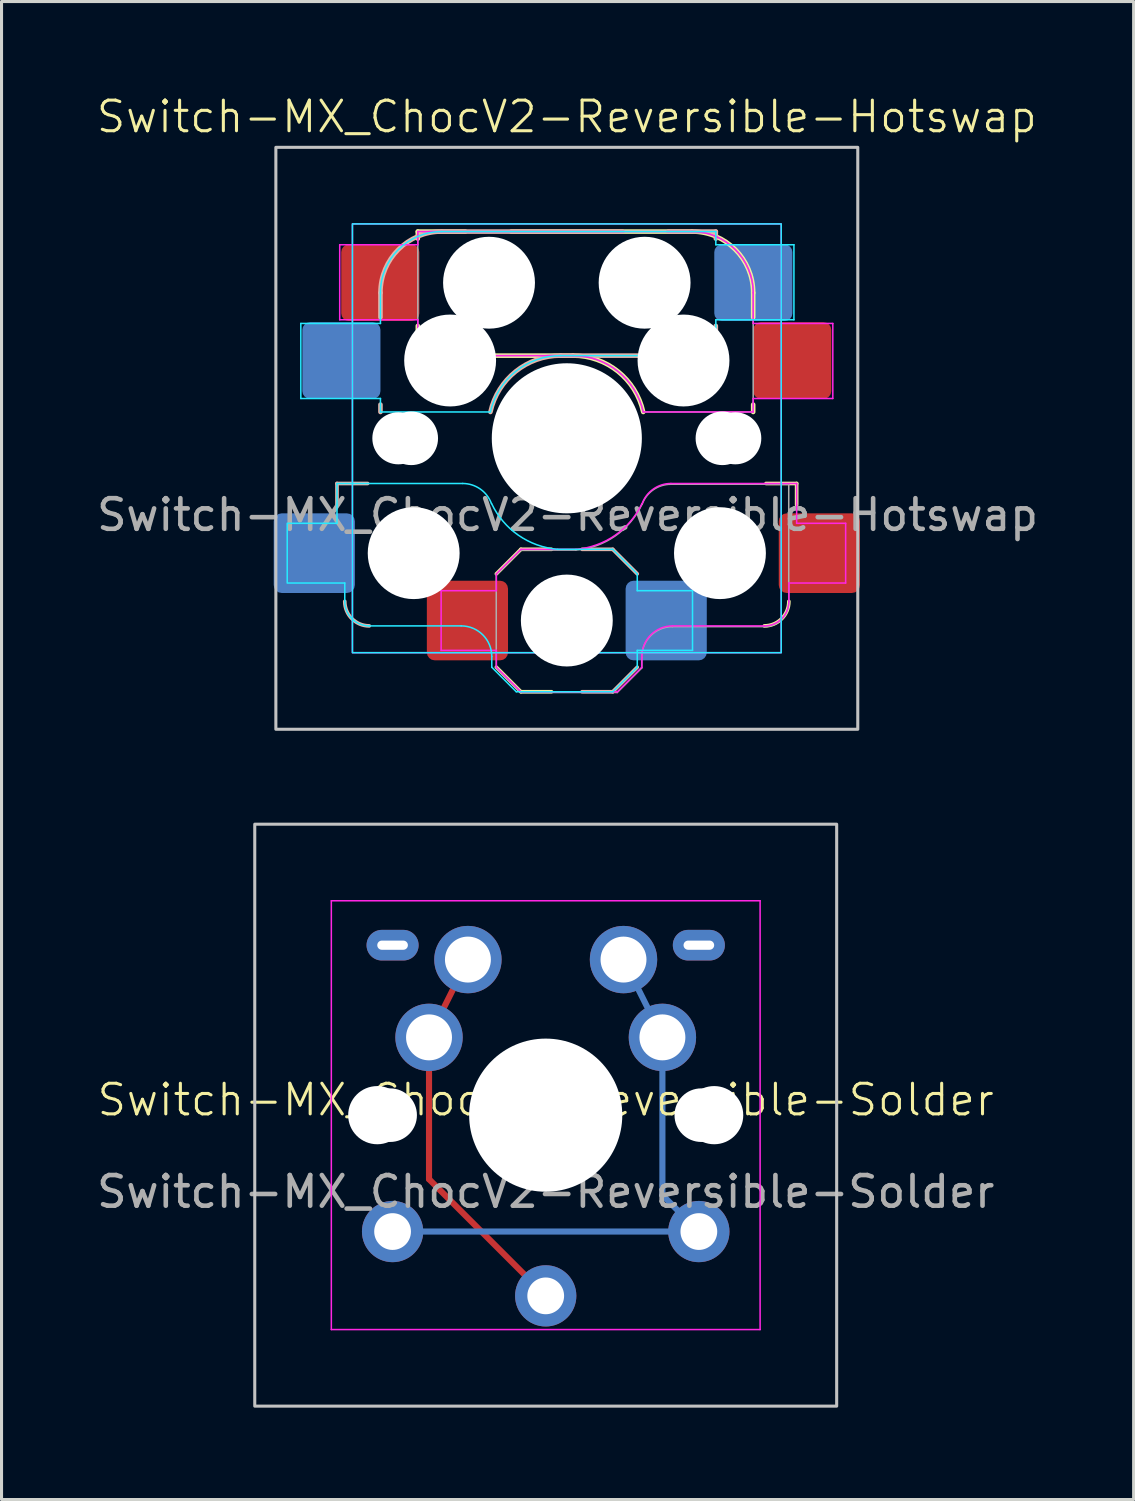
<source format=kicad_pcb>
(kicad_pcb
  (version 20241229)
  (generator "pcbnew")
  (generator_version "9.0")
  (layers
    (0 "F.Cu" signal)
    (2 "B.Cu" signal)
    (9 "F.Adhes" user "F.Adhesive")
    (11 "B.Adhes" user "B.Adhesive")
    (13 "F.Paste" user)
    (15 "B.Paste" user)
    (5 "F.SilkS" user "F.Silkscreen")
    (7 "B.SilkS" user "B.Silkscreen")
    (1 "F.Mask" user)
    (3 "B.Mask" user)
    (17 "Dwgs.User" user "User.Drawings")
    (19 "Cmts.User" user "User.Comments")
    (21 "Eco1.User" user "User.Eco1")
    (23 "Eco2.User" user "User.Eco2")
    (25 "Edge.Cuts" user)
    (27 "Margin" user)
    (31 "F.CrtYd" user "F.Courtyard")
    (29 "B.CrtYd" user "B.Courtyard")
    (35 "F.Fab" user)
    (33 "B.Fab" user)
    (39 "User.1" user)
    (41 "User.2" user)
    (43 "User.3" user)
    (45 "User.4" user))
  (footprint "Switch-MX_ChocV2-Reversible-Hotswap"
    (layer "F.Cu")
    (at 15.457 11.261)
    (property "Reference" "Switch-MX_ChocV2-Reversible-Hotswap" (at 0 -10.5 0) (unlocked yes) (layer "F.SilkS") (effects (font (size 1 1) (thickness 0.1))))
    (attr smd)
    (fp_line (start -4.865 -6.75) (end -4.865 -6.52) (stroke (width 0.15) (type solid)) (layer "F.SilkS"))
    (fp_line (start -4.865 -3.67) (end -4.865 -3.2) (stroke (width 0.15) (type solid)) (layer "F.SilkS"))
    (fp_line (start -4.365 -2.7) (end 0.2 -2.7) (stroke (width 0.15) (type solid)) (layer "F.SilkS"))
    (fp_line (start -3.315 -6.75) (end -4.865 -6.75) (stroke (width 0.15) (type solid)) (layer "F.SilkS"))
    (fp_line (start -2.3 7.475) (end -1.5 8.275) (stroke (width 0.12) (type solid)) (layer "F.SilkS"))
    (fp_line (start -1.5 3.625) (end -2.3 4.425) (stroke (width 0.12) (type solid)) (layer "F.SilkS"))
    (fp_line (start -1.5 3.625) (end -0.5 3.625) (stroke (width 0.12) (type solid)) (layer "F.SilkS"))
    (fp_line (start -1.5 8.275) (end -0.5 8.275) (stroke (width 0.12) (type solid)) (layer "F.SilkS"))
    (fp_line (start 4.085 -6.75) (end -1.815 -6.75) (stroke (width 0.15) (type solid)) (layer "F.SilkS"))
    (fp_line (start 6.085 -3.95) (end 6.085 -4.75) (stroke (width 0.15) (type solid)) (layer "F.SilkS"))
    (fp_line (start 6.085 -1.1) (end 6.085 -0.86) (stroke (width 0.15) (type solid)) (layer "F.SilkS"))
    (fp_line (start 7.504 1.475) (end 6.504 1.475) (stroke (width 0.12) (type solid)) (layer "F.SilkS"))
    (fp_line (start 7.504 1.475) (end 7.504 2.175) (stroke (width 0.12) (type solid)) (layer "F.SilkS"))
    (fp_arc (start -4.364824 -2.70022) (mid -4.718367 -2.846679) (end -4.864824 -3.20022) (stroke (width 0.15) (type solid)) (layer "F.SilkS"))
    (fp_arc (start 0.2 -2.70022) (mid 1.670695 -2.183638) (end 2.494322 -0.86022) (stroke (width 0.15) (type solid)) (layer "F.SilkS"))
    (fp_arc (start 4.085176 -6.75022) (mid 5.499404 -6.164448) (end 6.085176 -4.75022) (stroke (width 0.15) (type solid)) (layer "F.SilkS"))
    (fp_arc (start 7.25 5.325) (mid 7.015685 5.890685) (end 6.45 6.125) (stroke (width 0.12) (type solid)) (layer "F.SilkS"))
    (fp_line (start -7.504 1.475) (end -7.504 2.175) (stroke (width 0.12) (type solid)) (layer "B.SilkS"))
    (fp_line (start -7.504 1.475) (end -6.504 1.475) (stroke (width 0.12) (type solid)) (layer "B.SilkS"))
    (fp_line (start -6.085 -3.95) (end -6.085 -4.75) (stroke (width 0.15) (type solid)) (layer "B.SilkS"))
    (fp_line (start -6.085 -1.1) (end -6.085 -0.86) (stroke (width 0.15) (type solid)) (layer "B.SilkS"))
    (fp_line (start -4.085 -6.75) (end 1.815 -6.75) (stroke (width 0.15) (type solid)) (layer "B.SilkS"))
    (fp_line (start 1.5 3.625) (end 0.5 3.625) (stroke (width 0.12) (type solid)) (layer "B.SilkS"))
    (fp_line (start 1.5 3.625) (end 2.3 4.425) (stroke (width 0.12) (type solid)) (layer "B.SilkS"))
    (fp_line (start 1.5 8.275) (end 0.5 8.275) (stroke (width 0.12) (type solid)) (layer "B.SilkS"))
    (fp_line (start 2.3 7.475) (end 1.5 8.275) (stroke (width 0.12) (type solid)) (layer "B.SilkS"))
    (fp_line (start 3.315 -6.75) (end 4.865 -6.75) (stroke (width 0.15) (type solid)) (layer "B.SilkS"))
    (fp_line (start 4.365 -2.7) (end -0.2 -2.7) (stroke (width 0.15) (type solid)) (layer "B.SilkS"))
    (fp_line (start 4.865 -6.75) (end 4.865 -6.52) (stroke (width 0.15) (type solid)) (layer "B.SilkS"))
    (fp_line (start 4.865 -3.67) (end 4.865 -3.2) (stroke (width 0.15) (type solid)) (layer "B.SilkS"))
    (fp_arc (start -6.45 6.125) (mid -7.015685 5.890685) (end -7.25 5.325) (stroke (width 0.12) (type solid)) (layer "B.SilkS"))
    (fp_arc (start -6.085176 -4.75022) (mid -5.499404 -6.164447) (end -4.085176 -6.75022) (stroke (width 0.15) (type solid)) (layer "B.SilkS"))
    (fp_arc (start -2.494322 -0.86022) (mid -1.670694 -2.183638) (end -0.2 -2.70022) (stroke (width 0.15) (type solid)) (layer "B.SilkS"))
    (fp_arc (start 4.864824 -3.20022) (mid 4.718362 -2.846682) (end 4.364824 -2.70022) (stroke (width 0.15) (type solid)) (layer "B.SilkS"))
    (fp_rect (start -9.5 -9.5) (end 9.5 9.5) (stroke (width 0.1) (type default)) (fill no) (layer "Dwgs.User"))
    (fp_line (start -9.129 4.725) (end -9.129 2.775) (stroke (width 0.05) (type solid)) (layer "B.CrtYd"))
    (fp_line (start -9.104 2.775) (end -7.504 2.775) (stroke (width 0.05) (type solid)) (layer "B.CrtYd"))
    (fp_line (start -8.685 -3.75) (end -8.685 -1.3) (stroke (width 0.05) (type solid)) (layer "B.CrtYd"))
    (fp_line (start -8.685 -1.3) (end -6.085 -1.3) (stroke (width 0.05) (type solid)) (layer "B.CrtYd"))
    (fp_line (start -7.504 1.475) (end -7.504 2.175) (stroke (width 0.05) (type solid)) (layer "B.CrtYd"))
    (fp_line (start -7.504 1.475) (end -3.4 1.475) (stroke (width 0.05) (type solid)) (layer "B.CrtYd"))
    (fp_line (start -7.504 2.175) (end -7.504 2.775) (stroke (width 0.05) (type solid)) (layer "B.CrtYd"))
    (fp_line (start -7.25 4.725) (end -9.104 4.725) (stroke (width 0.05) (type solid)) (layer "B.CrtYd"))
    (fp_line (start -7.25 5.325) (end -7.25 4.725) (stroke (width 0.05) (type solid)) (layer "B.CrtYd"))
    (fp_line (start -6.085 -3.75) (end -8.685 -3.75) (stroke (width 0.05) (type solid)) (layer "B.CrtYd"))
    (fp_line (start -6.085 -3.75) (end -6.085 -4.75) (stroke (width 0.05) (type solid)) (layer "B.CrtYd"))
    (fp_line (start -6.085 -1.3) (end -6.085 -0.86) (stroke (width 0.05) (type solid)) (layer "B.CrtYd"))
    (fp_line (start -6.085 -0.86) (end -2.494 -0.86) (stroke (width 0.05) (type solid)) (layer "B.CrtYd"))
    (fp_line (start -4.085 -6.75) (end 4.865 -6.75) (stroke (width 0.05) (type solid)) (layer "B.CrtYd"))
    (fp_line (start -3.45 6.125) (end -6.45 6.125) (stroke (width 0.05) (type solid)) (layer "B.CrtYd"))
    (fp_line (start -2.45 7.475) (end -2.45 7.125) (stroke (width 0.05) (type solid)) (layer "B.CrtYd"))
    (fp_line (start -2.45 7.475) (end -1.65 8.275) (stroke (width 0.05) (type solid)) (layer "B.CrtYd"))
    (fp_line (start 1.5 3.625) (end -0.3 3.625) (stroke (width 0.05) (type solid)) (layer "B.CrtYd"))
    (fp_line (start 1.5 3.625) (end 2.3 4.425) (stroke (width 0.05) (type solid)) (layer "B.CrtYd"))
    (fp_line (start 1.5 8.275) (end -1.65 8.275) (stroke (width 0.05) (type solid)) (layer "B.CrtYd"))
    (fp_line (start 2.3 4.975) (end 2.3 4.425) (stroke (width 0.05) (type solid)) (layer "B.CrtYd"))
    (fp_line (start 2.3 7.475) (end 1.5 8.275) (stroke (width 0.05) (type solid)) (layer "B.CrtYd"))
    (fp_line (start 2.3 7.475) (end 2.3 6.925) (stroke (width 0.05) (type solid)) (layer "B.CrtYd"))
    (fp_line (start 4.104 4.975) (end 2.3 4.975) (stroke (width 0.05) (type solid)) (layer "B.CrtYd"))
    (fp_line (start 4.104 4.975) (end 4.104 6.925) (stroke (width 0.05) (type solid)) (layer "B.CrtYd"))
    (fp_line (start 4.104 6.925) (end 2.3 6.925) (stroke (width 0.05) (type solid)) (layer "B.CrtYd"))
    (fp_line (start 4.865 -6.75) (end 4.865 -6.32) (stroke (width 0.05) (type solid)) (layer "B.CrtYd"))
    (fp_line (start 4.865 -3.87) (end 4.865 -2.7) (stroke (width 0.05) (type solid)) (layer "B.CrtYd"))
    (fp_line (start 4.865 -3.87) (end 7.415 -3.87) (stroke (width 0.05) (type solid)) (layer "B.CrtYd"))
    (fp_line (start 4.865 -2.7) (end -0.2 -2.7) (stroke (width 0.05) (type solid)) (layer "B.CrtYd"))
    (fp_line (start 7.415 -6.32) (end 4.865 -6.32) (stroke (width 0.05) (type solid)) (layer "B.CrtYd"))
    (fp_line (start 7.415 -3.87) (end 7.415 -6.32) (stroke (width 0.05) (type solid)) (layer "B.CrtYd"))
    (fp_rect (start -7 -7) (end 7 7) (stroke (width 0.05) (type default)) (fill no) (layer "B.CrtYd"))
    (fp_arc (start -6.45 6.125) (mid -7.015685 5.890685) (end -7.25 5.325) (stroke (width 0.05) (type solid)) (layer "B.CrtYd"))
    (fp_arc (start -6.085176 -4.75022) (mid -5.499404 -6.164447) (end -4.085176 -6.75022) (stroke (width 0.05) (type solid)) (layer "B.CrtYd"))
    (fp_arc (start -3.45 6.125) (mid -2.742893 6.417893) (end -2.45 7.125) (stroke (width 0.05) (type solid)) (layer "B.CrtYd"))
    (fp_arc (start -3.4 1.475) (mid -2.826423 1.655848) (end -2.460307 2.13298) (stroke (width 0.05) (type solid)) (layer "B.CrtYd"))
    (fp_arc (start -2.494322 -0.86022) (mid -1.670504 -2.183401) (end -0.2 -2.70022) (stroke (width 0.05) (type solid)) (layer "B.CrtYd"))
    (fp_arc (start -0.299999 3.624999) (mid -1.577271 3.167234) (end -2.455444 2.13293) (stroke (width 0.05) (type solid)) (layer "B.CrtYd"))
    (fp_line (start -7.415 -6.32) (end -4.865 -6.32) (stroke (width 0.05) (type solid)) (layer "F.CrtYd"))
    (fp_line (start -7.415 -3.87) (end -7.415 -6.32) (stroke (width 0.05) (type solid)) (layer "F.CrtYd"))
    (fp_line (start -4.865 -6.75) (end -4.865 -6.32) (stroke (width 0.05) (type solid)) (layer "F.CrtYd"))
    (fp_line (start -4.865 -3.87) (end -7.415 -3.87) (stroke (width 0.05) (type solid)) (layer "F.CrtYd"))
    (fp_line (start -4.865 -3.87) (end -4.865 -2.7) (stroke (width 0.05) (type solid)) (layer "F.CrtYd"))
    (fp_line (start -4.865 -2.7) (end 0.2 -2.7) (stroke (width 0.05) (type solid)) (layer "F.CrtYd"))
    (fp_line (start -4.104 4.975) (end -4.104 6.925) (stroke (width 0.05) (type solid)) (layer "F.CrtYd"))
    (fp_line (start -4.104 4.975) (end -2.3 4.975) (stroke (width 0.05) (type solid)) (layer "F.CrtYd"))
    (fp_line (start -4.104 6.925) (end -2.3 6.925) (stroke (width 0.05) (type solid)) (layer "F.CrtYd"))
    (fp_line (start -2.3 4.975) (end -2.3 4.425) (stroke (width 0.05) (type solid)) (layer "F.CrtYd"))
    (fp_line (start -2.3 7.475) (end -2.3 6.925) (stroke (width 0.05) (type solid)) (layer "F.CrtYd"))
    (fp_line (start -2.3 7.475) (end -1.5 8.275) (stroke (width 0.05) (type solid)) (layer "F.CrtYd"))
    (fp_line (start -1.5 3.625) (end -2.3 4.425) (stroke (width 0.05) (type solid)) (layer "F.CrtYd"))
    (fp_line (start -1.5 3.625) (end 0.3 3.625) (stroke (width 0.05) (type solid)) (layer "F.CrtYd"))
    (fp_line (start -1.5 8.275) (end 1.65 8.275) (stroke (width 0.05) (type solid)) (layer "F.CrtYd"))
    (fp_line (start 2.45 7.475) (end 1.65 8.275) (stroke (width 0.05) (type solid)) (layer "F.CrtYd"))
    (fp_line (start 2.45 7.475) (end 2.45 7.125) (stroke (width 0.05) (type solid)) (layer "F.CrtYd"))
    (fp_line (start 3.45 6.125) (end 6.45 6.125) (stroke (width 0.05) (type solid)) (layer "F.CrtYd"))
    (fp_line (start 4.085 -6.75) (end -4.865 -6.75) (stroke (width 0.05) (type solid)) (layer "F.CrtYd"))
    (fp_line (start 6.085 -3.75) (end 6.085 -4.75) (stroke (width 0.05) (type solid)) (layer "F.CrtYd"))
    (fp_line (start 6.085 -3.75) (end 8.685 -3.75) (stroke (width 0.05) (type solid)) (layer "F.CrtYd"))
    (fp_line (start 6.085 -1.3) (end 6.085 -0.86) (stroke (width 0.05) (type solid)) (layer "F.CrtYd"))
    (fp_line (start 6.085 -0.86) (end 2.494 -0.86) (stroke (width 0.05) (type solid)) (layer "F.CrtYd"))
    (fp_line (start 7.25 4.725) (end 9.104 4.725) (stroke (width 0.05) (type solid)) (layer "F.CrtYd"))
    (fp_line (start 7.25 5.325) (end 7.25 4.725) (stroke (width 0.05) (type solid)) (layer "F.CrtYd"))
    (fp_line (start 7.504 1.475) (end 3.4 1.475) (stroke (width 0.05) (type solid)) (layer "F.CrtYd"))
    (fp_line (start 7.504 1.475) (end 7.504 2.175) (stroke (width 0.05) (type solid)) (layer "F.CrtYd"))
    (fp_line (start 7.504 2.175) (end 7.504 2.775) (stroke (width 0.05) (type solid)) (layer "F.CrtYd"))
    (fp_line (start 8.685 -3.75) (end 8.685 -1.3) (stroke (width 0.05) (type solid)) (layer "F.CrtYd"))
    (fp_line (start 8.685 -1.3) (end 6.085 -1.3) (stroke (width 0.05) (type solid)) (layer "F.CrtYd"))
    (fp_line (start 9.104 2.775) (end 7.504 2.775) (stroke (width 0.05) (type solid)) (layer "F.CrtYd"))
    (fp_line (start 9.104 4.725) (end 9.104 2.775) (stroke (width 0.05) (type solid)) (layer "F.CrtYd"))
    (fp_rect (start -7 -7) (end 7 7) (stroke (width 0.05) (type default)) (fill no) (layer "F.CrtYd"))
    (fp_arc (start 0.2 -2.70022) (mid 1.670505 -2.183402) (end 2.494322 -0.86022) (stroke (width 0.05) (type solid)) (layer "F.CrtYd"))
    (fp_arc (start 2.45 7.125) (mid 2.742893 6.417893) (end 3.45 6.125) (stroke (width 0.05) (type solid)) (layer "F.CrtYd"))
    (fp_arc (start 2.455444 2.13293) (mid 1.577271 3.167234) (end 0.299999 3.624999) (stroke (width 0.05) (type solid)) (layer "F.CrtYd"))
    (fp_arc (start 2.460307 2.13298) (mid 2.826423 1.655848) (end 3.4 1.475) (stroke (width 0.05) (type solid)) (layer "F.CrtYd"))
    (fp_arc (start 4.085176 -6.75022) (mid 5.499404 -6.164448) (end 6.085176 -4.75022) (stroke (width 0.05) (type solid)) (layer "F.CrtYd"))
    (fp_arc (start 7.25 5.325) (mid 7.015685 5.890685) (end 6.45 6.125) (stroke (width 0.05) (type solid)) (layer "F.CrtYd"))
    (fp_line (start -4.865 -6.75) (end -4.865 -2.7) (stroke (width 0.05) (type solid)) (layer "F.Fab"))
    (fp_line (start -4.865 -2.7) (end 0.2 -2.7) (stroke (width 0.05) (type solid)) (layer "F.Fab"))
    (fp_line (start -2.304 7.5) (end -2.304 4.45) (stroke (width 0.05) (type solid)) (layer "F.Fab"))
    (fp_line (start -2.304 7.5) (end -1.504 8.3) (stroke (width 0.05) (type solid)) (layer "F.Fab"))
    (fp_line (start -1.504 3.65) (end -2.304 4.45) (stroke (width 0.05) (type solid)) (layer "F.Fab"))
    (fp_line (start -1.504 3.65) (end 0.296 3.65) (stroke (width 0.05) (type solid)) (layer "F.Fab"))
    (fp_line (start -1.504 8.3) (end 1.646 8.3) (stroke (width 0.05) (type solid)) (layer "F.Fab"))
    (fp_line (start 2.446 7.5) (end 1.646 8.3) (stroke (width 0.05) (type solid)) (layer "F.Fab"))
    (fp_line (start 2.446 7.5) (end 2.446 7.15) (stroke (width 0.05) (type solid)) (layer "F.Fab"))
    (fp_line (start 3.446 6.15) (end 6.446 6.15) (stroke (width 0.05) (type solid)) (layer "F.Fab"))
    (fp_line (start 4.085 -6.75) (end -4.865 -6.75) (stroke (width 0.05) (type solid)) (layer "F.Fab"))
    (fp_line (start 6.085 -0.86) (end 2.494 -0.86) (stroke (width 0.05) (type solid)) (layer "F.Fab"))
    (fp_line (start 6.085 -0.86) (end 6.085 -4.75) (stroke (width 0.05) (type solid)) (layer "F.Fab"))
    (fp_line (start 7.246 1.5) (end 3.396 1.5) (stroke (width 0.05) (type solid)) (layer "F.Fab"))
    (fp_line (start 7.246 5.35) (end 7.246 1.5) (stroke (width 0.05) (type solid)) (layer "F.Fab"))
    (fp_arc (start 0.2 -2.70022) (mid 1.670505 -2.183402) (end 2.494322 -0.86022) (stroke (width 0.05) (type solid)) (layer "F.Fab"))
    (fp_arc (start 2.446 7.15) (mid 2.738893 6.442893) (end 3.446 6.15) (stroke (width 0.05) (type solid)) (layer "F.Fab"))
    (fp_arc (start 2.451444 2.15793) (mid 1.573271 3.192234) (end 0.295999 3.649999) (stroke (width 0.05) (type solid)) (layer "F.Fab"))
    (fp_arc (start 2.456307 2.15798) (mid 2.822423 1.680848) (end 3.396 1.5) (stroke (width 0.05) (type solid)) (layer "F.Fab"))
    (fp_arc (start 4.085176 -6.75022) (mid 5.499404 -6.164448) (end 6.085176 -4.75022) (stroke (width 0.05) (type solid)) (layer "F.Fab"))
    (fp_arc (start 7.246 5.35) (mid 7.011685 5.915685) (end 6.446 6.15) (stroke (width 0.05) (type solid)) (layer "F.Fab"))
    (fp_text user "${REFERENCE}" (at 0.025 2.5 0) (unlocked yes) (layer "F.Fab") (effects (font (size 1 1) (thickness 0.15))))
    (pad "" np_thru_hole circle (at -5.5 0 180) (size 1.7 1.7) (drill 1.7) (layers "*.Cu" "*.Mask"))
    (pad "" np_thru_hole circle (at -5.08 0) (size 1.75 1.75) (drill 1.75) (layers "*.Cu" "*.Mask"))
    (pad "" np_thru_hole circle (at -5 3.75) (size 3 3) (drill 3) (layers "*.Cu" "*.Mask"))
    (pad "" np_thru_hole circle (at -3.81 -2.54) (size 3 3) (drill 3) (layers "*.Cu" "*.Mask"))
    (pad "" np_thru_hole circle (at -2.54 -5.08) (size 3 3) (drill 3) (layers "*.Cu" "*.Mask"))
    (pad "" np_thru_hole circle (at 0 0) (size 4.9 4.9) (drill 4.9) (layers "*.Cu" "*.Mask"))
    (pad "" np_thru_hole circle (at 0 5.95) (size 3 3) (drill 3) (layers "*.Cu" "*.Mask"))
    (pad "" np_thru_hole circle (at 2.54 -5.08) (size 3 3) (drill 3) (layers "*.Cu" "*.Mask"))
    (pad "" np_thru_hole circle (at 3.81 -2.54) (size 3 3) (drill 3) (layers "*.Cu" "*.Mask"))
    (pad "" np_thru_hole circle (at 5 3.75) (size 3 3) (drill 3) (layers "*.Cu" "*.Mask"))
    (pad "" np_thru_hole circle (at 5.08 0) (size 1.75 1.75) (drill 1.75) (layers "*.Cu" "*.Mask"))
    (pad "" np_thru_hole circle (at 5.5 0 180) (size 1.7 1.7) (drill 1.7) (layers "*.Cu" "*.Mask"))
    (pad "1" smd roundrect (at -8.245 3.75) (size 2.65 2.6) (layers "B.Cu" "B.Mask" "B.Paste") (roundrect_rratio 0.1))
    (pad "1" smd roundrect (at -7.36 -2.54) (size 2.55 2.5) (layers "B.Cu" "B.Mask" "B.Paste") (roundrect_rratio 0.1))
    (pad "1" smd roundrect (at 7.36 -2.54) (size 2.55 2.5) (layers "F.Cu" "F.Mask" "F.Paste") (roundrect_rratio 0.1))
    (pad "1" smd roundrect (at 8.245 3.75) (size 2.65 2.6) (layers "F.Cu" "F.Mask" "F.Paste") (roundrect_rratio 0.1))
    (pad "2" smd roundrect (at -6.09 -5.08) (size 2.55 2.5) (layers "F.Cu" "F.Mask" "F.Paste") (roundrect_rratio 0.1))
    (pad "2" smd roundrect (at -3.245 5.95) (size 2.65 2.6) (layers "F.Cu" "F.Mask" "F.Paste") (roundrect_rratio 0.1))
    (pad "2" smd roundrect (at 3.245 5.95) (size 2.65 2.6) (layers "B.Cu" "B.Mask" "B.Paste") (roundrect_rratio 0.1))
    (pad "2" smd roundrect (at 6.09 -5.08) (size 2.55 2.5) (layers "B.Cu" "B.Mask" "B.Paste") (roundrect_rratio 0.1)))
  (footprint "Switch-MX_ChocV2-Reversible-Solder"
    (layer "F.Cu")
    (at 14.768 33.361)
    (property "Reference" "Switch-MX_ChocV2-Reversible-Solder" (at 0 -0.5 0) (unlocked yes) (layer "F.SilkS") (effects (font (size 1 1) (thickness 0.1))))
    (attr through_hole)
    (fp_rect (start -9.5 -9.5) (end 9.5 9.5) (stroke (width 0.1) (type default)) (fill no) (layer "Dwgs.User"))
    (fp_line (start -7 -7) (end -7 7) (stroke (width 0.05) (type solid)) (layer "F.CrtYd"))
    (fp_line (start -7 7) (end 7 7) (stroke (width 0.05) (type solid)) (layer "F.CrtYd"))
    (fp_line (start 7 -7) (end -7 -7) (stroke (width 0.05) (type solid)) (layer "F.CrtYd"))
    (fp_line (start 7 7) (end 7 -7) (stroke (width 0.05) (type solid)) (layer "F.CrtYd"))
    (fp_text user "${REFERENCE}" (at 0 2.5 0) (unlocked yes) (layer "F.Fab") (effects (font (size 1 1) (thickness 0.15))))
    (pad "" np_thru_hole circle (at -5.5 0) (size 1.9 1.9) (drill 1.9) (layers "*.Cu" "*.Mask"))
    (pad "" np_thru_hole circle (at -5.08 0) (size 1.75 1.75) (drill 1.75) (layers "*.Cu" "*.Mask"))
    (pad "" thru_hole oval (at -5 -5.55) (size 1.7 1) (drill oval 1 0.3) (layers "*.Cu" "F.Mask"))
    (pad "" np_thru_hole circle (at 0 0) (size 5 5) (drill 5) (layers "*.Cu" "*.Mask"))
    (pad "" thru_hole oval (at 5 -5.55) (size 1.7 1) (drill oval 1 0.3) (layers "*.Cu" "B.Mask"))
    (pad "" np_thru_hole circle (at 5.08 0) (size 1.75 1.75) (drill 1.75) (layers "*.Cu" "*.Mask"))
    (pad "" np_thru_hole circle (at 5.5 0) (size 1.9 1.9) (drill 1.9) (layers "*.Cu" "*.Mask"))
    (pad "1" thru_hole circle (at -3.81 -2.54) (size 2.2 2.2) (drill 1.5) (layers "*.Cu" "B.Mask"))
    (pad "1" smd oval (at -3.81 -0.225 90) (size 4.83 0.2) (layers "F.Cu"))
    (pad "1" smd oval (at -3.175 -3.81 63.4) (size 3.04 0.2) (layers "F.Cu"))
    (pad "1" thru_hole circle (at -2.54 -5.08) (size 2.2 2.2) (drill 1.5) (layers "*.Cu" "F.Mask"))
    (pad "1" smd oval (at -1.905 3.995 135) (size 5.588 0.2) (layers "F.Cu"))
    (pad "1" thru_hole circle (at 0 5.9) (size 2 2) (drill 1.2) (layers "*.Cu" "*.Mask"))
    (pad "2" thru_hole circle (at -5 3.8) (size 2 2) (drill 1.2) (layers "*.Cu" "B.Mask"))
    (pad "2" smd oval (at 0 3.8) (size 10.2 0.2) (layers "B.Cu"))
    (pad "2" thru_hole circle (at 2.54 -5.08) (size 2.2 2.2) (drill 1.5) (layers "*.Cu" "B.Mask"))
    (pad "2" smd oval (at 3.175 -3.81 116.6) (size 3.04 0.2) (layers "B.Cu"))
    (pad "2" thru_hole circle (at 3.81 -2.54) (size 2.2 2.2) (drill 1.5) (layers "*.Cu" "F.Mask"))
    (pad "2" smd oval (at 3.81 0.035 90) (size 5.35 0.2) (layers "B.Cu"))
    (pad "2" smd oval (at 4.405 3.205 135) (size 1.883 0.2) (layers "B.Cu"))
    (pad "2" thru_hole circle (at 5 3.8) (size 2 2) (drill 1.2) (layers "*.Cu" "F.Mask")))
  (gr_rect
    (start -3 -3)
    (end 33.964 45.91)
    (stroke (width 0.1) (type default))
    (fill no)
    (layer "Edge.Cuts")))
</source>
